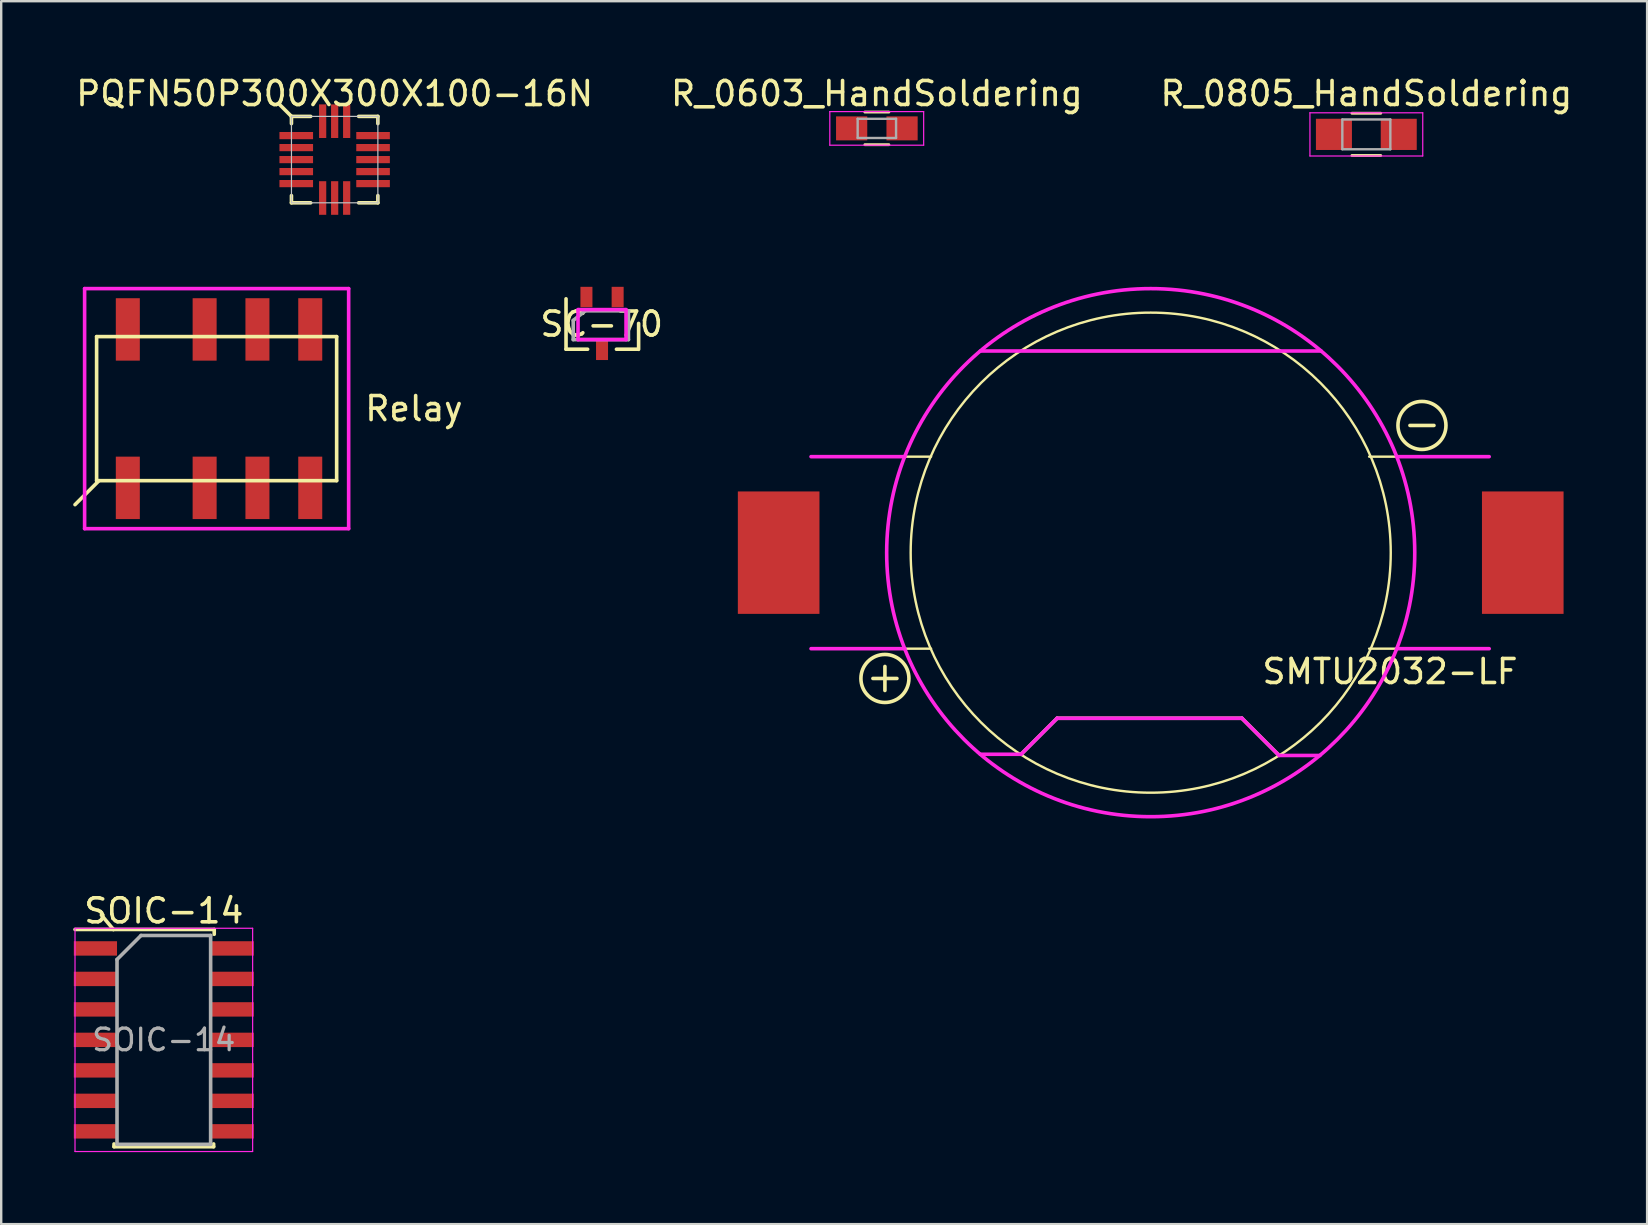
<source format=kicad_pcb>
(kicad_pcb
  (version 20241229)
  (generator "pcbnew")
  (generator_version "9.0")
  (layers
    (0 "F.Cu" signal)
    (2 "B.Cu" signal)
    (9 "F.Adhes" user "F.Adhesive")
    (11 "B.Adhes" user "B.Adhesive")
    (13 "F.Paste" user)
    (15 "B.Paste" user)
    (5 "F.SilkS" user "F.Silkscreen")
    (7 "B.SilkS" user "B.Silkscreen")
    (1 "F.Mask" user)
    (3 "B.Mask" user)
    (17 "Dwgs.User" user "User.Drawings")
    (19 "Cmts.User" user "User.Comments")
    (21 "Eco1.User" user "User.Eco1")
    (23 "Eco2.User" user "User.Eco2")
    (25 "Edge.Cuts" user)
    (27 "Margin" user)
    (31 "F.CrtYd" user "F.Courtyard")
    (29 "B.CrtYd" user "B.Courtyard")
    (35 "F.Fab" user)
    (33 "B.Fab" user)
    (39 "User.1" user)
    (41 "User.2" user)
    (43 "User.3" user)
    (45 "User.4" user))
  (footprint "R_0805_HandSoldering"
    (layer "F.Cu")
    (at 53.872 2.548)
    (property "Reference" "R_0805_HandSoldering" (at 0 -1.7 0) (layer "F.SilkS") (effects (font (size 1 1) (thickness 0.15))))
    (attr smd)
    (fp_line (start -0.6 -0.88) (end 0.6 -0.88) (stroke (width 0.12) (type solid)) (layer "F.SilkS"))
    (fp_line (start 0.6 0.88) (end -0.6 0.88) (stroke (width 0.12) (type solid)) (layer "F.SilkS"))
    (fp_line (start -2.35 -0.9) (end -2.35 0.9) (stroke (width 0.05) (type solid)) (layer "F.CrtYd"))
    (fp_line (start -2.35 -0.9) (end 2.35 -0.9) (stroke (width 0.05) (type solid)) (layer "F.CrtYd"))
    (fp_line (start 2.35 0.9) (end -2.35 0.9) (stroke (width 0.05) (type solid)) (layer "F.CrtYd"))
    (fp_line (start 2.35 0.9) (end 2.35 -0.9) (stroke (width 0.05) (type solid)) (layer "F.CrtYd"))
    (fp_line (start -1 -0.62) (end 1 -0.62) (stroke (width 0.1) (type solid)) (layer "F.Fab"))
    (fp_line (start -1 0.62) (end -1 -0.62) (stroke (width 0.1) (type solid)) (layer "F.Fab"))
    (fp_line (start 1 -0.62) (end 1 0.62) (stroke (width 0.1) (type solid)) (layer "F.Fab"))
    (fp_line (start 1 0.62) (end -1 0.62) (stroke (width 0.1) (type solid)) (layer "F.Fab"))
    (pad "1" smd rect (at -1.35 0) (size 1.5 1.3) (layers "F.Cu" "F.Mask" "F.Paste"))
    (pad "2" smd rect (at 1.35 0) (size 1.5 1.3) (layers "F.Cu" "F.Mask" "F.Paste")))
  (footprint "Relay"
    (layer "F.Cu")
    (at 6.575 13.974)
    (property "Reference" "Relay" (at 7.62 0 0) (layer "F.SilkS") (effects (font (size 1 1) (thickness 0.15))))
    (attr through_hole)
    (fp_line (start -5.6 -3) (end -5.6 3) (stroke (width 0.15) (type solid)) (layer "F.SilkS"))
    (fp_line (start -5.6 3) (end 4.4 3) (stroke (width 0.15) (type solid)) (layer "F.SilkS"))
    (fp_line (start -5.5 3) (end -6.5 4) (stroke (width 0.15) (type solid)) (layer "F.SilkS"))
    (fp_line (start 4.4 -3) (end -5.6 -3) (stroke (width 0.15) (type solid)) (layer "F.SilkS"))
    (fp_line (start 4.4 3) (end 4.4 -3) (stroke (width 0.15) (type solid)) (layer "F.SilkS"))
    (fp_line (start -6.1 -5) (end -6.1 5) (stroke (width 0.15) (type solid)) (layer "F.CrtYd"))
    (fp_line (start 4.9 -5) (end -6.1 -5) (stroke (width 0.15) (type solid)) (layer "F.CrtYd"))
    (fp_line (start 4.9 -5) (end 4.9 5) (stroke (width 0.15) (type solid)) (layer "F.CrtYd"))
    (fp_line (start 4.9 5) (end -6.1 5) (stroke (width 0.15) (type solid)) (layer "F.CrtYd"))
    (pad "1" smd rect (at -4.3 3.3) (size 1 2.6) (layers "F.Cu" "F.Mask" "F.Paste"))
    (pad "2" smd rect (at -1.1 3.3) (size 1 2.6) (layers "F.Cu" "F.Mask" "F.Paste"))
    (pad "3" smd rect (at 1.1 3.3) (size 1 2.6) (layers "F.Cu" "F.Mask" "F.Paste"))
    (pad "4" smd rect (at 3.3 3.3) (size 1 2.6) (layers "F.Cu" "F.Mask" "F.Paste"))
    (pad "5" smd rect (at 3.3 -3.3) (size 1 2.6) (layers "F.Cu" "F.Mask" "F.Paste"))
    (pad "6" smd rect (at 1.1 -3.3) (size 1 2.6) (layers "F.Cu" "F.Mask" "F.Paste"))
    (pad "7" smd rect (at -1.1 -3.3) (size 1 2.6) (layers "F.Cu" "F.Mask" "F.Paste"))
    (pad "8" smd rect (at -4.3 -3.3) (size 1 2.6) (layers "F.Cu" "F.Mask" "F.Paste")))
  (footprint "PQFN50P300X300X100-16N"
    (layer "F.Cu")
    (at 10.892 3.599)
    (property "Reference" "PQFN50P300X300X100-16N" (at 0 -2.75 180) (layer "F.SilkS") (effects (font (size 1 1) (thickness 0.15))))
    (attr smd)
    (fp_line (start -1.8 -1.8) (end -2.3 -2.3) (stroke (width 0.15) (type solid)) (layer "F.SilkS"))
    (fp_line (start -1.8 -1.8) (end -1.8 -1.5) (stroke (width 0.15) (type solid)) (layer "F.SilkS"))
    (fp_line (start -1.8 1.5) (end -1.8 1.8) (stroke (width 0.15) (type solid)) (layer "F.SilkS"))
    (fp_line (start -1.8 1.8) (end -1 1.8) (stroke (width 0.15) (type solid)) (layer "F.SilkS"))
    (fp_line (start -1 -1.8) (end -1.8 -1.8) (stroke (width 0.15) (type solid)) (layer "F.SilkS"))
    (fp_line (start 1.8 -1.8) (end 1 -1.8) (stroke (width 0.15) (type solid)) (layer "F.SilkS"))
    (fp_line (start 1.8 -1.5) (end 1.8 -1.8) (stroke (width 0.15) (type solid)) (layer "F.SilkS"))
    (fp_line (start 1.8 1.5) (end 1.8 1.8) (stroke (width 0.15) (type solid)) (layer "F.SilkS"))
    (fp_line (start 1.8 1.8) (end 1 1.8) (stroke (width 0.15) (type solid)) (layer "F.SilkS"))
    (fp_line (start -1.8 -1.8) (end 1.8 -1.8) (stroke (width 0.05) (type solid)) (layer "Dwgs.User"))
    (fp_line (start -1.8 1.8) (end -1.8 -1.8) (stroke (width 0.05) (type solid)) (layer "Dwgs.User"))
    (fp_line (start 1.8 -1.8) (end 1.8 1.8) (stroke (width 0.05) (type solid)) (layer "Dwgs.User"))
    (fp_line (start 1.8 1.8) (end -1.8 1.8) (stroke (width 0.05) (type solid)) (layer "Dwgs.User"))
    (pad "1" smd rect (at -1.6 -1) (size 1.4 0.3) (layers "F.Cu" "F.Mask" "F.Paste"))
    (pad "2" smd rect (at -1.6 -0.5) (size 1.4 0.3) (layers "F.Cu" "F.Mask" "F.Paste"))
    (pad "3" smd rect (at -1.6 0) (size 1.4 0.3) (layers "F.Cu" "F.Mask" "F.Paste"))
    (pad "4" smd rect (at -1.6 0.5) (size 1.4 0.3) (layers "F.Cu" "F.Mask" "F.Paste"))
    (pad "5" smd rect (at -1.6 1) (size 1.4 0.3) (layers "F.Cu" "F.Mask" "F.Paste"))
    (pad "6" smd rect (at -0.5 1.6 90) (size 1.4 0.3) (layers "F.Cu" "F.Mask" "F.Paste"))
    (pad "7" smd rect (at 0 1.6 90) (size 1.4 0.3) (layers "F.Cu" "F.Mask" "F.Paste"))
    (pad "8" smd rect (at 0.5 1.6 90) (size 1.4 0.3) (layers "F.Cu" "F.Mask" "F.Paste"))
    (pad "9" smd rect (at 1.6 1 180) (size 1.4 0.3) (layers "F.Cu" "F.Mask" "F.Paste"))
    (pad "10" smd rect (at 1.6 0.5 180) (size 1.4 0.3) (layers "F.Cu" "F.Mask" "F.Paste"))
    (pad "11" smd rect (at 1.6 0 180) (size 1.4 0.3) (layers "F.Cu" "F.Mask" "F.Paste"))
    (pad "12" smd rect (at 1.6 -0.5 180) (size 1.4 0.3) (layers "F.Cu" "F.Mask" "F.Paste"))
    (pad "13" smd rect (at 1.6 -1 180) (size 1.4 0.3) (layers "F.Cu" "F.Mask" "F.Paste"))
    (pad "14" smd rect (at 0.5 -1.6 270) (size 1.4 0.3) (layers "F.Cu" "F.Mask" "F.Paste"))
    (pad "15" smd rect (at 0 -1.6 270) (size 1.4 0.3) (layers "F.Cu" "F.Mask" "F.Paste"))
    (pad "16" smd rect (at -0.5 -1.6 270) (size 1.4 0.3) (layers "F.Cu" "F.Mask" "F.Paste")))
  (footprint "R_0603_HandSoldering"
    (layer "F.Cu")
    (at 33.48 2.298)
    (property "Reference" "R_0603_HandSoldering" (at 0 -1.45 0) (layer "F.SilkS") (effects (font (size 1 1) (thickness 0.15))))
    (attr smd)
    (fp_line (start -0.5 -0.68) (end 0.5 -0.68) (stroke (width 0.12) (type solid)) (layer "F.SilkS"))
    (fp_line (start 0.5 0.68) (end -0.5 0.68) (stroke (width 0.12) (type solid)) (layer "F.SilkS"))
    (fp_line (start -1.96 -0.7) (end -1.96 0.7) (stroke (width 0.05) (type solid)) (layer "F.CrtYd"))
    (fp_line (start -1.96 -0.7) (end 1.95 -0.7) (stroke (width 0.05) (type solid)) (layer "F.CrtYd"))
    (fp_line (start 1.95 0.7) (end -1.96 0.7) (stroke (width 0.05) (type solid)) (layer "F.CrtYd"))
    (fp_line (start 1.95 0.7) (end 1.95 -0.7) (stroke (width 0.05) (type solid)) (layer "F.CrtYd"))
    (fp_line (start -0.8 -0.4) (end 0.8 -0.4) (stroke (width 0.1) (type solid)) (layer "F.Fab"))
    (fp_line (start -0.8 0.4) (end -0.8 -0.4) (stroke (width 0.1) (type solid)) (layer "F.Fab"))
    (fp_line (start 0.8 -0.4) (end 0.8 0.4) (stroke (width 0.1) (type solid)) (layer "F.Fab"))
    (fp_line (start 0.8 0.4) (end -0.8 0.4) (stroke (width 0.1) (type solid)) (layer "F.Fab"))
    (pad "1" smd rect (at -1.05 0) (size 1.3 1) (layers "F.Cu" "F.Mask" "F.Paste"))
    (pad "2" smd rect (at 1.05 0) (size 1.3 1) (layers "F.Cu" "F.Mask" "F.Paste")))
  (footprint "SMTU2032-LF"
    (layer "F.Cu")
    (at 44.889 19.974)
    (property "Reference" "SMTU2032-LF" (at 9.97 4.953 180) (layer "F.SilkS") (effects (font (size 1 1) (thickness 0.15))))
    (attr through_hole)
    (fp_line (start -11.573 5.241) (end -10.573 5.241) (stroke (width 0.15) (type solid)) (layer "F.SilkS"))
    (fp_line (start -11.073 5.741) (end -11.073 4.741) (stroke (width 0.15) (type solid)) (layer "F.SilkS"))
    (fp_line (start -9.15 -4) (end -14.15 -4) (stroke (width 0.1) (type solid)) (layer "F.SilkS"))
    (fp_line (start -9.15 4) (end -14.15 4) (stroke (width 0.1) (type solid)) (layer "F.SilkS"))
    (fp_line (start -5.4 -8.4) (end 5.4 -8.4) (stroke (width 0.1) (type solid)) (layer "F.SilkS"))
    (fp_line (start -3.9 6.9) (end -5.4 8.4) (stroke (width 0.15) (type solid)) (layer "F.SilkS"))
    (fp_line (start 3.8 6.9) (end -3.9 6.9) (stroke (width 0.15) (type solid)) (layer "F.SilkS"))
    (fp_line (start 3.8 6.9) (end 5.3 8.4) (stroke (width 0.15) (type solid)) (layer "F.SilkS"))
    (fp_line (start 10.8 -5.3) (end 11.8 -5.3) (stroke (width 0.15) (type solid)) (layer "F.SilkS"))
    (fp_line (start 14.1 -4) (end 9.1 -4) (stroke (width 0.1) (type solid)) (layer "F.SilkS"))
    (fp_line (start 14.1 4) (end 9.1 4) (stroke (width 0.1) (type solid)) (layer "F.SilkS"))
    (fp_circle (center -11.073 5.241) (end -10.073 5.241) (stroke (width 0.15) (type solid)) (fill no) (layer "F.SilkS"))
    (fp_circle (center 0 0) (end -10 0) (stroke (width 0.1) (type solid)) (fill no) (layer "F.SilkS"))
    (fp_circle (center 11.3 -5.3) (end 12.3 -5.3) (stroke (width 0.15) (type solid)) (fill no) (layer "F.SilkS"))
    (fp_line (start -14.15 -4) (end -10.25 -4) (stroke (width 0.15) (type solid)) (layer "F.CrtYd"))
    (fp_line (start -10.25 4) (end -14.15 4) (stroke (width 0.15) (type solid)) (layer "F.CrtYd"))
    (fp_line (start -5.4 8.4) (end -7.1 8.4) (stroke (width 0.15) (type solid)) (layer "F.CrtYd"))
    (fp_line (start -3.9 6.9) (end -5.4 8.4) (stroke (width 0.15) (type solid)) (layer "F.CrtYd"))
    (fp_line (start 3.8 6.9) (end -3.9 6.9) (stroke (width 0.15) (type solid)) (layer "F.CrtYd"))
    (fp_line (start 5.35 8.45) (end 3.8 6.9) (stroke (width 0.15) (type solid)) (layer "F.CrtYd"))
    (fp_line (start 7.05 8.45) (end 5.35 8.45) (stroke (width 0.15) (type solid)) (layer "F.CrtYd"))
    (fp_line (start 7.1 -8.4) (end -7.1 -8.4) (stroke (width 0.15) (type solid)) (layer "F.CrtYd"))
    (fp_line (start 10.25 -4) (end 14.1 -4) (stroke (width 0.15) (type solid)) (layer "F.CrtYd"))
    (fp_line (start 10.25 4) (end 14.1 4) (stroke (width 0.15) (type solid)) (layer "F.CrtYd"))
    (fp_circle (center 0 0) (end 11 0) (stroke (width 0.15) (type solid)) (fill no) (layer "F.CrtYd"))
    (pad "1" smd rect (at -15.5 0) (size 3.4 5.1) (layers "F.Cu" "F.Mask" "F.Paste"))
    (pad "2" smd rect (at 15.5 0) (size 3.4 5.1) (layers "F.Cu" "F.Mask" "F.Paste")))
  (footprint "SOIC-14"
    (layer "F.Cu")
    (at 3.775 40.272)
    (property "Reference" "SOIC-14" (at 0 -5.375 0) (layer "F.SilkS") (effects (font (size 1 1) (thickness 0.15))))
    (attr smd)
    (fp_line (start -2.1 -4.6) (end -3.7 -4.6) (stroke (width 0.15) (type solid)) (layer "F.SilkS"))
    (fp_line (start -2.1 -4.6) (end -2.6 -5.2) (stroke (width 0.15) (type solid)) (layer "F.SilkS"))
    (fp_line (start -2.075 4.45) (end -2.075 4.335) (stroke (width 0.15) (type solid)) (layer "F.SilkS"))
    (fp_line (start -2.075 4.45) (end 2.075 4.45) (stroke (width 0.15) (type solid)) (layer "F.SilkS"))
    (fp_line (start 2.075 4.45) (end 2.075 4.335) (stroke (width 0.15) (type solid)) (layer "F.SilkS"))
    (fp_line (start 2.1 -4.6) (end -2.1 -4.6) (stroke (width 0.15) (type solid)) (layer "F.SilkS"))
    (fp_line (start 2.1 -4.4) (end 2.1 -4.6) (stroke (width 0.15) (type solid)) (layer "F.SilkS"))
    (fp_line (start -3.7 -4.65) (end -3.7 4.65) (stroke (width 0.05) (type solid)) (layer "F.CrtYd"))
    (fp_line (start -3.7 -4.65) (end 3.7 -4.65) (stroke (width 0.05) (type solid)) (layer "F.CrtYd"))
    (fp_line (start -3.7 4.65) (end 3.7 4.65) (stroke (width 0.05) (type solid)) (layer "F.CrtYd"))
    (fp_line (start 3.7 -4.65) (end 3.7 4.65) (stroke (width 0.05) (type solid)) (layer "F.CrtYd"))
    (fp_line (start -1.95 -3.35) (end -0.95 -4.35) (stroke (width 0.15) (type solid)) (layer "F.Fab"))
    (fp_line (start -1.95 4.35) (end -1.95 -3.35) (stroke (width 0.15) (type solid)) (layer "F.Fab"))
    (fp_line (start -0.95 -4.35) (end 1.95 -4.35) (stroke (width 0.15) (type solid)) (layer "F.Fab"))
    (fp_line (start 1.95 -4.35) (end 1.95 4.35) (stroke (width 0.15) (type solid)) (layer "F.Fab"))
    (fp_line (start 1.95 4.35) (end -1.95 4.35) (stroke (width 0.15) (type solid)) (layer "F.Fab"))
    (fp_text user "${REFERENCE}" (at 0 0 0) (layer "F.Fab") (effects (font (size 0.9 0.9) (thickness 0.135))))
    (pad "1" smd rect (at -2.85 -3.81) (size 1.8 0.6) (layers "F.Cu" "F.Mask" "F.Paste"))
    (pad "2" smd rect (at -2.85 -2.54) (size 1.8 0.6) (layers "F.Cu" "F.Mask" "F.Paste"))
    (pad "3" smd rect (at -2.85 -1.27) (size 1.8 0.6) (layers "F.Cu" "F.Mask" "F.Paste"))
    (pad "4" smd rect (at -2.85 0) (size 1.8 0.6) (layers "F.Cu" "F.Mask" "F.Paste"))
    (pad "5" smd rect (at -2.85 1.27) (size 1.8 0.6) (layers "F.Cu" "F.Mask" "F.Paste"))
    (pad "6" smd rect (at -2.85 2.54) (size 1.8 0.6) (layers "F.Cu" "F.Mask" "F.Paste"))
    (pad "7" smd rect (at -2.85 3.81) (size 1.8 0.6) (layers "F.Cu" "F.Mask" "F.Paste"))
    (pad "8" smd rect (at 2.85 3.81) (size 1.8 0.6) (layers "F.Cu" "F.Mask" "F.Paste"))
    (pad "9" smd rect (at 2.85 2.54) (size 1.8 0.6) (layers "F.Cu" "F.Mask" "F.Paste"))
    (pad "10" smd rect (at 2.85 1.27) (size 1.8 0.6) (layers "F.Cu" "F.Mask" "F.Paste"))
    (pad "11" smd rect (at 2.85 0) (size 1.8 0.6) (layers "F.Cu" "F.Mask" "F.Paste"))
    (pad "12" smd rect (at 2.85 -1.27) (size 1.8 0.6) (layers "F.Cu" "F.Mask" "F.Paste"))
    (pad "13" smd rect (at 2.85 -2.54) (size 1.8 0.6) (layers "F.Cu" "F.Mask" "F.Paste"))
    (pad "14" smd rect (at 2.85 -3.81) (size 1.8 0.6) (layers "F.Cu" "F.Mask" "F.Paste")))
  (footprint "SC-70"
    (layer "F.Cu")
    (at 22.031 10.424)
    (property "Reference" "SC-70" (at -0.015 0.028 180) (layer "F.SilkS") (effects (font (size 1 1) (thickness 0.15))))
    (attr smd)
    (fp_line (start -1.5 1.075) (end -1.5 -1.025) (stroke (width 0.15) (type solid)) (layer "F.SilkS"))
    (fp_line (start -0.6 1.075) (end -1.5 1.075) (stroke (width 0.15) (type solid)) (layer "F.SilkS"))
    (fp_line (start 1.5 1.075) (end 0.6 1.075) (stroke (width 0.15) (type solid)) (layer "F.SilkS"))
    (fp_line (start 1.524 1.079) (end 1.524 0) (stroke (width 0.15) (type solid)) (layer "F.SilkS"))
    (fp_line (start -1 -0.575) (end 1 -0.575) (stroke (width 0.15) (type solid)) (layer "F.CrtYd"))
    (fp_line (start -1 0.675) (end -1 -0.575) (stroke (width 0.15) (type solid)) (layer "F.CrtYd"))
    (fp_line (start 1 -0.575) (end 1 0.675) (stroke (width 0.15) (type solid)) (layer "F.CrtYd"))
    (fp_line (start 1 0.675) (end -1 0.675) (stroke (width 0.15) (type solid)) (layer "F.CrtYd"))
    (fp_line (start -1.2 -0.125) (end -1.2 0.675) (stroke (width 0.15) (type solid)) (layer "F.Fab"))
    (fp_line (start -1.2 0.675) (end 1.1 0.675) (stroke (width 0.15) (type solid)) (layer "F.Fab"))
    (fp_line (start -0.7 -0.525) (end -1.2 -0.125) (stroke (width 0.15) (type solid)) (layer "F.Fab"))
    (fp_line (start 1.1 -0.525) (end -0.7 -0.525) (stroke (width 0.15) (type solid)) (layer "F.Fab"))
    (fp_line (start 1.1 0.675) (end 1.1 -0.525) (stroke (width 0.15) (type solid)) (layer "F.Fab"))
    (pad "1" smd rect (at -0.65 -1.1) (size 0.5 0.85) (layers "F.Cu" "F.Mask" "F.Paste"))
    (pad "2" smd rect (at 0.65 -1.1) (size 0.5 0.85) (layers "F.Cu" "F.Mask" "F.Paste"))
    (pad "3" smd rect (at 0 1.1) (size 0.5 0.85) (layers "F.Cu" "F.Mask" "F.Paste")))
  (gr_rect
    (start -3 -3)
    (end 65.569 47.947)
    (stroke (width 0.1) (type default))
    (fill no)
    (layer "Edge.Cuts")))
</source>
